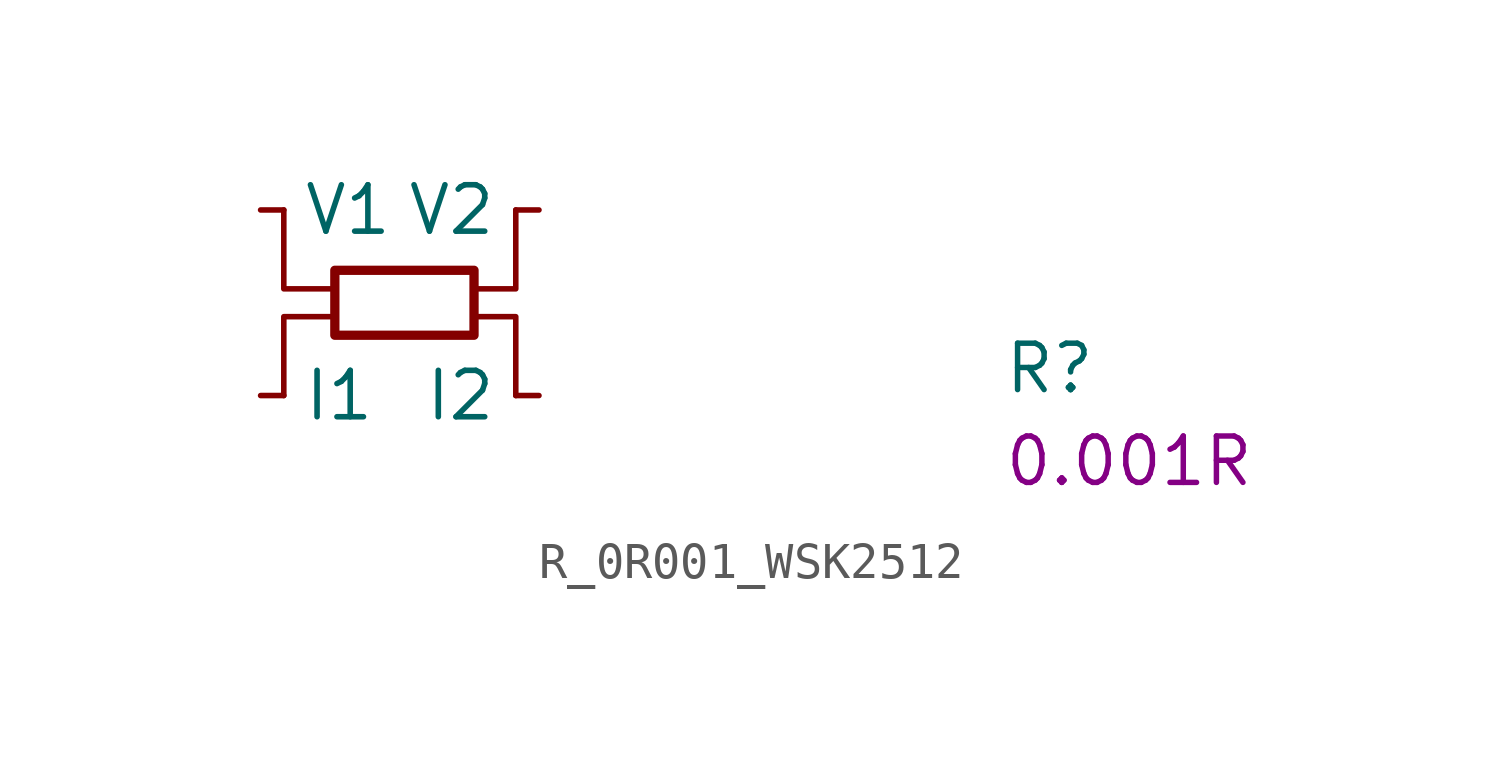
<source format=kicad_sym>
(kicad_symbol_lib
  (version 20220914)
  (generator kicad_symbol_editor)
  (symbol "R_0R001_WSK2512"
    (pin_numbers hide)
    (property "Reference" "R"
      (at 20.32 -5.08 0)
      (effects (font (size 1.27 1.27) (thickness 0.15)) (justify left bottom)))
    (property "Val" "0.001R"
      (at 20.32 -7.62 0)
      (effects (font (size 1.27 1.27) (thickness 0.15)) (justify left bottom)))
    (symbol "R_0R001_WSK2512_0_1"
      (polyline (pts (xy 0.635 -5.08) (xy 0.635 -2.921) (xy 1.905 -2.921)) (stroke (width 0) (type default)) (fill (type none)))
      (polyline (pts (xy 0.635 0) (xy 0.635 -2.159) (xy 1.905 -2.159)) (stroke (width 0) (type default)) (fill (type none)))
      (polyline (pts (xy 6.985 -5.08) (xy 6.985 -2.921) (xy 5.842 -2.921)) (stroke (width 0) (type default)) (fill (type none)))
      (polyline (pts (xy 6.985 0) (xy 6.985 -2.159) (xy 5.842 -2.159)) (stroke (width 0) (type default)) (fill (type none)))
      (rectangle (start 2.032 -1.651) (end 5.842 -3.429) (stroke (width 0.254) (type default)) (fill (type none))))
    (symbol "R_0R001_WSK2512_1_1"
      (pin passive line (at 0 -5.08 0) (length 0.635) (name "I1" (effects (font (size 1.27 1.27)))) (number "I1" (effects (font (size 1.27 1.27)))))
      (pin passive line (at 7.62 -5.08 180) (length 0.635) (name "I2" (effects (font (size 1.27 1.27)))) (number "I2" (effects (font (size 1.27 1.27)))))
      (pin passive line (at 0 0 0) (length 0.635) (name "V1" (effects (font (size 1.27 1.27)))) (number "V1" (effects (font (size 1.27 1.27)))))
      (pin passive line (at 7.62 0 180) (length 0.635) (name "V2" (effects (font (size 1.27 1.27)))) (number "V2" (effects (font (size 1.27 1.27))))))))
</source>
